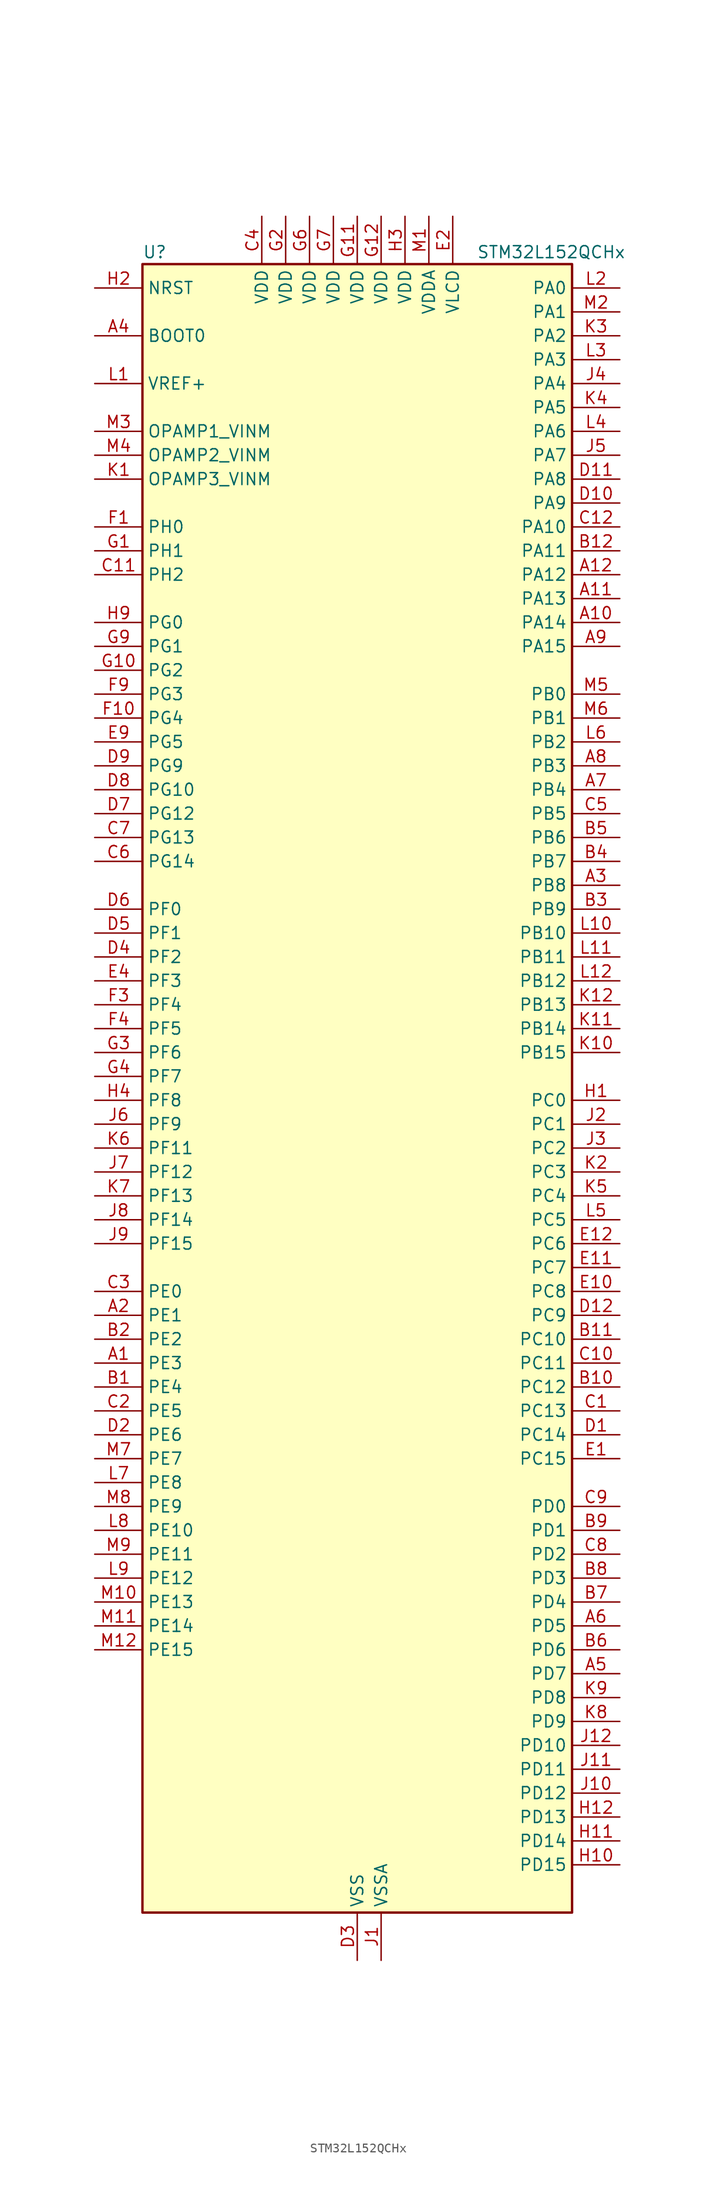
<source format=kicad_sym>
(kicad_symbol_lib
  (version 20231120)
  (generator "kicad-library-utils")
  (generator_version "8.0")
  (symbol "STM32L152QCHx"
    (property "Reference" "U"
      (at -22.86 90.17 0)
      (effects (font (size 1.27 1.27)) (justify left)))
    (property "Value" "STM32L152QCHx"
      (at 12.7 90.17 0)
      (effects (font (size 1.27 1.27)) (justify left)))
    (symbol "STM32L152QCHx_0_1"
      (rectangle (start -22.86 -86.36) (end 22.86 88.9) (stroke (width 0.254) (type default)) (fill (type background))))
    (symbol "STM32L152QCHx_1_1"
      (pin bidirectional line (at -27.94 -27.94 0) (length 5.08) (name "PE3" (effects (font (size 1.27 1.27)))) (number "A1" (effects (font (size 1.27 1.27)))) (alternate "LCD_SEG39" bidirectional line) (alternate "SYS_TRACED0" bidirectional line) (alternate "TIM3_CH1" bidirectional line) (alternate "TIMX_IC4" bidirectional line))
      (pin bidirectional line (at 27.94 50.8 180) (length 5.08) (name "PA14" (effects (font (size 1.27 1.27)))) (number "A10" (effects (font (size 1.27 1.27)))) (alternate "SYS_JTCK-SWCLK" bidirectional line) (alternate "TIMX_IC3" bidirectional line) (alternate "TS_G5_IO2" bidirectional line))
      (pin bidirectional line (at 27.94 53.34 180) (length 5.08) (name "PA13" (effects (font (size 1.27 1.27)))) (number "A11" (effects (font (size 1.27 1.27)))) (alternate "SYS_JTMS-SWDIO" bidirectional line) (alternate "TIMX_IC2" bidirectional line) (alternate "TS_G5_IO1" bidirectional line))
      (pin bidirectional line (at 27.94 55.88 180) (length 5.08) (name "PA12" (effects (font (size 1.27 1.27)))) (number "A12" (effects (font (size 1.27 1.27)))) (alternate "SPI1_MOSI" bidirectional line) (alternate "TIMX_IC1" bidirectional line) (alternate "USART1_RTS" bidirectional line) (alternate "USB_DP" bidirectional line))
      (pin bidirectional line (at -27.94 -22.86 0) (length 5.08) (name "PE1" (effects (font (size 1.27 1.27)))) (number "A2" (effects (font (size 1.27 1.27)))) (alternate "LCD_SEG37" bidirectional line) (alternate "TIM11_CH1" bidirectional line) (alternate "TIMX_IC2" bidirectional line))
      (pin bidirectional line (at 27.94 22.86 180) (length 5.08) (name "PB8" (effects (font (size 1.27 1.27)))) (number "A3" (effects (font (size 1.27 1.27)))) (alternate "I2C1_SCL" bidirectional line) (alternate "LCD_SEG16" bidirectional line) (alternate "TIM10_CH1" bidirectional line) (alternate "TIM4_CH3" bidirectional line))
      (pin input line (at -27.94 81.28 0) (length 5.08) (name "BOOT0" (effects (font (size 1.27 1.27)))) (number "A4" (effects (font (size 1.27 1.27)))))
      (pin bidirectional line (at 27.94 -60.96 180) (length 5.08) (name "PD7" (effects (font (size 1.27 1.27)))) (number "A5" (effects (font (size 1.27 1.27)))) (alternate "TIM9_CH2" bidirectional line) (alternate "TIMX_IC4" bidirectional line) (alternate "USART2_CK" bidirectional line))
      (pin bidirectional line (at 27.94 -55.88 180) (length 5.08) (name "PD5" (effects (font (size 1.27 1.27)))) (number "A6" (effects (font (size 1.27 1.27)))) (alternate "TIMX_IC2" bidirectional line) (alternate "USART2_TX" bidirectional line))
      (pin bidirectional line (at 27.94 33.02 180) (length 5.08) (name "PB4" (effects (font (size 1.27 1.27)))) (number "A7" (effects (font (size 1.27 1.27)))) (alternate "COMP2_INP" bidirectional line) (alternate "LCD_SEG8" bidirectional line) (alternate "SPI1_MISO" bidirectional line) (alternate "SPI3_MISO" bidirectional line) (alternate "SYS_JTRST" bidirectional line) (alternate "TIM3_CH1" bidirectional line) (alternate "TS_G6_IO1" bidirectional line))
      (pin bidirectional line (at 27.94 35.56 180) (length 5.08) (name "PB3" (effects (font (size 1.27 1.27)))) (number "A8" (effects (font (size 1.27 1.27)))) (alternate "COMP2_INM" bidirectional line) (alternate "I2S3_CK" bidirectional line) (alternate "LCD_SEG7" bidirectional line) (alternate "SPI1_SCK" bidirectional line) (alternate "SPI3_SCK" bidirectional line) (alternate "SYS_JTDO-TRACESWO" bidirectional line) (alternate "TIM2_CH2" bidirectional line))
      (pin bidirectional line (at 27.94 48.26 180) (length 5.08) (name "PA15" (effects (font (size 1.27 1.27)))) (number "A9" (effects (font (size 1.27 1.27)))) (alternate "ADC_EXTI15" bidirectional line) (alternate "I2S3_WS" bidirectional line) (alternate "LCD_SEG17" bidirectional line) (alternate "SPI1_NSS" bidirectional line) (alternate "SPI3_NSS" bidirectional line) (alternate "SYS_JTDI" bidirectional line) (alternate "TIM2_CH1" bidirectional line) (alternate "TIM2_ETR" bidirectional line) (alternate "TIMX_IC4" bidirectional line) (alternate "TS_G5_IO3" bidirectional line))
      (pin bidirectional line (at -27.94 -30.48 0) (length 5.08) (name "PE4" (effects (font (size 1.27 1.27)))) (number "B1" (effects (font (size 1.27 1.27)))) (alternate "SYS_TRACED1" bidirectional line) (alternate "TIM3_CH2" bidirectional line) (alternate "TIMX_IC1" bidirectional line))
      (pin bidirectional line (at 27.94 -30.48 180) (length 5.08) (name "PC12" (effects (font (size 1.27 1.27)))) (number "B10" (effects (font (size 1.27 1.27)))) (alternate "I2S3_SD" bidirectional line) (alternate "LCD_COM6" bidirectional line) (alternate "LCD_SEG30" bidirectional line) (alternate "LCD_SEG42" bidirectional line) (alternate "SPI3_MOSI" bidirectional line) (alternate "TIMX_IC1" bidirectional line) (alternate "USART3_CK" bidirectional line))
      (pin bidirectional line (at 27.94 -25.4 180) (length 5.08) (name "PC10" (effects (font (size 1.27 1.27)))) (number "B11" (effects (font (size 1.27 1.27)))) (alternate "I2S3_CK" bidirectional line) (alternate "LCD_COM4" bidirectional line) (alternate "LCD_SEG28" bidirectional line) (alternate "LCD_SEG40" bidirectional line) (alternate "SPI3_SCK" bidirectional line) (alternate "TIMX_IC3" bidirectional line) (alternate "USART3_TX" bidirectional line))
      (pin bidirectional line (at 27.94 58.42 180) (length 5.08) (name "PA11" (effects (font (size 1.27 1.27)))) (number "B12" (effects (font (size 1.27 1.27)))) (alternate "ADC_EXTI11" bidirectional line) (alternate "SPI1_MISO" bidirectional line) (alternate "TIMX_IC4" bidirectional line) (alternate "USART1_CTS" bidirectional line) (alternate "USB_DM" bidirectional line))
      (pin bidirectional line (at -27.94 -25.4 0) (length 5.08) (name "PE2" (effects (font (size 1.27 1.27)))) (number "B2" (effects (font (size 1.27 1.27)))) (alternate "LCD_SEG38" bidirectional line) (alternate "SYS_TRACECK" bidirectional line) (alternate "TIM3_ETR" bidirectional line) (alternate "TIMX_IC3" bidirectional line))
      (pin bidirectional line (at 27.94 20.32 180) (length 5.08) (name "PB9" (effects (font (size 1.27 1.27)))) (number "B3" (effects (font (size 1.27 1.27)))) (alternate "DAC_EXTI9" bidirectional line) (alternate "I2C1_SDA" bidirectional line) (alternate "LCD_COM3" bidirectional line) (alternate "TIM11_CH1" bidirectional line) (alternate "TIM4_CH4" bidirectional line))
      (pin bidirectional line (at 27.94 25.4 180) (length 5.08) (name "PB7" (effects (font (size 1.27 1.27)))) (number "B4" (effects (font (size 1.27 1.27)))) (alternate "COMP2_INP" bidirectional line) (alternate "I2C1_SDA" bidirectional line) (alternate "SYS_PVD_IN" bidirectional line) (alternate "TIM4_CH2" bidirectional line) (alternate "TS_G6_IO4" bidirectional line) (alternate "USART1_RX" bidirectional line))
      (pin bidirectional line (at 27.94 27.94 180) (length 5.08) (name "PB6" (effects (font (size 1.27 1.27)))) (number "B5" (effects (font (size 1.27 1.27)))) (alternate "COMP2_INP" bidirectional line) (alternate "I2C1_SCL" bidirectional line) (alternate "TIM4_CH1" bidirectional line) (alternate "TS_G6_IO3" bidirectional line) (alternate "USART1_TX" bidirectional line))
      (pin bidirectional line (at 27.94 -58.42 180) (length 5.08) (name "PD6" (effects (font (size 1.27 1.27)))) (number "B6" (effects (font (size 1.27 1.27)))) (alternate "TIMX_IC3" bidirectional line) (alternate "USART2_RX" bidirectional line))
      (pin bidirectional line (at 27.94 -53.34 180) (length 5.08) (name "PD4" (effects (font (size 1.27 1.27)))) (number "B7" (effects (font (size 1.27 1.27)))) (alternate "I2S2_SD" bidirectional line) (alternate "SPI2_MOSI" bidirectional line) (alternate "TIMX_IC1" bidirectional line) (alternate "USART2_RTS" bidirectional line))
      (pin bidirectional line (at 27.94 -50.8 180) (length 5.08) (name "PD3" (effects (font (size 1.27 1.27)))) (number "B8" (effects (font (size 1.27 1.27)))) (alternate "SPI2_MISO" bidirectional line) (alternate "TIMX_IC4" bidirectional line) (alternate "USART2_CTS" bidirectional line))
      (pin bidirectional line (at 27.94 -45.72 180) (length 5.08) (name "PD1" (effects (font (size 1.27 1.27)))) (number "B9" (effects (font (size 1.27 1.27)))) (alternate "I2S2_CK" bidirectional line) (alternate "SPI2_SCK" bidirectional line) (alternate "TIMX_IC2" bidirectional line))
      (pin bidirectional line (at 27.94 -33.02 180) (length 5.08) (name "PC13" (effects (font (size 1.27 1.27)))) (number "C1" (effects (font (size 1.27 1.27)))) (alternate "RTC_OUT_ALARM" bidirectional line) (alternate "RTC_OUT_CALIB" bidirectional line) (alternate "RTC_TAMP1" bidirectional line) (alternate "RTC_TS" bidirectional line) (alternate "SYS_WKUP2" bidirectional line) (alternate "TIMX_IC2" bidirectional line))
      (pin bidirectional line (at 27.94 -27.94 180) (length 5.08) (name "PC11" (effects (font (size 1.27 1.27)))) (number "C10" (effects (font (size 1.27 1.27)))) (alternate "ADC_EXTI11" bidirectional line) (alternate "LCD_COM5" bidirectional line) (alternate "LCD_SEG29" bidirectional line) (alternate "LCD_SEG41" bidirectional line) (alternate "SPI3_MISO" bidirectional line) (alternate "TIMX_IC4" bidirectional line) (alternate "USART3_RX" bidirectional line))
      (pin bidirectional line (at -27.94 55.88 0) (length 5.08) (name "PH2" (effects (font (size 1.27 1.27)))) (number "C11" (effects (font (size 1.27 1.27)))))
      (pin bidirectional line (at 27.94 60.96 180) (length 5.08) (name "PA10" (effects (font (size 1.27 1.27)))) (number "C12" (effects (font (size 1.27 1.27)))) (alternate "LCD_COM2" bidirectional line) (alternate "TIMX_IC3" bidirectional line) (alternate "TS_G4_IO3" bidirectional line) (alternate "USART1_RX" bidirectional line))
      (pin bidirectional line (at -27.94 -33.02 0) (length 5.08) (name "PE5" (effects (font (size 1.27 1.27)))) (number "C2" (effects (font (size 1.27 1.27)))) (alternate "SYS_TRACED2" bidirectional line) (alternate "TIM9_CH1" bidirectional line) (alternate "TIMX_IC2" bidirectional line))
      (pin bidirectional line (at -27.94 -20.32 0) (length 5.08) (name "PE0" (effects (font (size 1.27 1.27)))) (number "C3" (effects (font (size 1.27 1.27)))) (alternate "LCD_SEG36" bidirectional line) (alternate "TIM10_CH1" bidirectional line) (alternate "TIM4_ETR" bidirectional line) (alternate "TIMX_IC1" bidirectional line))
      (pin power_in line (at -10.16 93.98 270) (length 5.08) (name "VDD" (effects (font (size 1.27 1.27)))) (number "C4" (effects (font (size 1.27 1.27)))))
      (pin bidirectional line (at 27.94 30.48 180) (length 5.08) (name "PB5" (effects (font (size 1.27 1.27)))) (number "C5" (effects (font (size 1.27 1.27)))) (alternate "COMP2_INP" bidirectional line) (alternate "I2C1_SMBA" bidirectional line) (alternate "I2S3_SD" bidirectional line) (alternate "LCD_SEG9" bidirectional line) (alternate "SPI1_MOSI" bidirectional line) (alternate "SPI3_MOSI" bidirectional line) (alternate "TIM3_CH2" bidirectional line) (alternate "TS_G6_IO2" bidirectional line))
      (pin bidirectional line (at -27.94 25.4 0) (length 5.08) (name "PG14" (effects (font (size 1.27 1.27)))) (number "C6" (effects (font (size 1.27 1.27)))))
      (pin bidirectional line (at -27.94 27.94 0) (length 5.08) (name "PG13" (effects (font (size 1.27 1.27)))) (number "C7" (effects (font (size 1.27 1.27)))))
      (pin bidirectional line (at 27.94 -48.26 180) (length 5.08) (name "PD2" (effects (font (size 1.27 1.27)))) (number "C8" (effects (font (size 1.27 1.27)))) (alternate "LCD_COM7" bidirectional line) (alternate "LCD_SEG31" bidirectional line) (alternate "LCD_SEG43" bidirectional line) (alternate "TIM3_ETR" bidirectional line) (alternate "TIMX_IC3" bidirectional line))
      (pin bidirectional line (at 27.94 -43.18 180) (length 5.08) (name "PD0" (effects (font (size 1.27 1.27)))) (number "C9" (effects (font (size 1.27 1.27)))) (alternate "I2S2_WS" bidirectional line) (alternate "SPI2_NSS" bidirectional line) (alternate "TIM9_CH1" bidirectional line) (alternate "TIMX_IC1" bidirectional line))
      (pin bidirectional line (at 27.94 -35.56 180) (length 5.08) (name "PC14" (effects (font (size 1.27 1.27)))) (number "D1" (effects (font (size 1.27 1.27)))) (alternate "RCC_OSC32_IN" bidirectional line) (alternate "TIMX_IC3" bidirectional line))
      (pin bidirectional line (at 27.94 63.5 180) (length 5.08) (name "PA9" (effects (font (size 1.27 1.27)))) (number "D10" (effects (font (size 1.27 1.27)))) (alternate "DAC_EXTI9" bidirectional line) (alternate "LCD_COM1" bidirectional line) (alternate "TIMX_IC2" bidirectional line) (alternate "TS_G4_IO2" bidirectional line) (alternate "USART1_TX" bidirectional line))
      (pin bidirectional line (at 27.94 66.04 180) (length 5.08) (name "PA8" (effects (font (size 1.27 1.27)))) (number "D11" (effects (font (size 1.27 1.27)))) (alternate "LCD_COM0" bidirectional line) (alternate "RCC_MCO" bidirectional line) (alternate "TIMX_IC1" bidirectional line) (alternate "TS_G4_IO1" bidirectional line) (alternate "USART1_CK" bidirectional line))
      (pin bidirectional line (at 27.94 -22.86 180) (length 5.08) (name "PC9" (effects (font (size 1.27 1.27)))) (number "D12" (effects (font (size 1.27 1.27)))) (alternate "DAC_EXTI9" bidirectional line) (alternate "LCD_SEG27" bidirectional line) (alternate "TIM3_CH4" bidirectional line) (alternate "TIMX_IC2" bidirectional line) (alternate "TS_G10_IO4" bidirectional line))
      (pin bidirectional line (at -27.94 -35.56 0) (length 5.08) (name "PE6" (effects (font (size 1.27 1.27)))) (number "D2" (effects (font (size 1.27 1.27)))) (alternate "RTC_TAMP3" bidirectional line) (alternate "SYS_TRACED3" bidirectional line) (alternate "SYS_WKUP3" bidirectional line) (alternate "TIM9_CH2" bidirectional line) (alternate "TIMX_IC3" bidirectional line))
      (pin power_in line (at 0 -91.44 90) (length 5.08) (name "VSS" (effects (font (size 1.27 1.27)))) (number "D3" (effects (font (size 1.27 1.27)))))
      (pin bidirectional line (at -27.94 15.24 0) (length 5.08) (name "PF2" (effects (font (size 1.27 1.27)))) (number "D4" (effects (font (size 1.27 1.27)))))
      (pin bidirectional line (at -27.94 17.78 0) (length 5.08) (name "PF1" (effects (font (size 1.27 1.27)))) (number "D5" (effects (font (size 1.27 1.27)))))
      (pin bidirectional line (at -27.94 20.32 0) (length 5.08) (name "PF0" (effects (font (size 1.27 1.27)))) (number "D6" (effects (font (size 1.27 1.27)))))
      (pin bidirectional line (at -27.94 30.48 0) (length 5.08) (name "PG12" (effects (font (size 1.27 1.27)))) (number "D7" (effects (font (size 1.27 1.27)))))
      (pin bidirectional line (at -27.94 33.02 0) (length 5.08) (name "PG10" (effects (font (size 1.27 1.27)))) (number "D8" (effects (font (size 1.27 1.27)))))
      (pin bidirectional line (at -27.94 35.56 0) (length 5.08) (name "PG9" (effects (font (size 1.27 1.27)))) (number "D9" (effects (font (size 1.27 1.27)))) (alternate "DAC_EXTI9" bidirectional line))
      (pin bidirectional line (at 27.94 -38.1 180) (length 5.08) (name "PC15" (effects (font (size 1.27 1.27)))) (number "E1" (effects (font (size 1.27 1.27)))) (alternate "ADC_EXTI15" bidirectional line) (alternate "RCC_OSC32_OUT" bidirectional line) (alternate "TIMX_IC4" bidirectional line))
      (pin bidirectional line (at 27.94 -20.32 180) (length 5.08) (name "PC8" (effects (font (size 1.27 1.27)))) (number "E10" (effects (font (size 1.27 1.27)))) (alternate "LCD_SEG26" bidirectional line) (alternate "TIM3_CH3" bidirectional line) (alternate "TIMX_IC1" bidirectional line) (alternate "TS_G10_IO3" bidirectional line))
      (pin bidirectional line (at 27.94 -17.78 180) (length 5.08) (name "PC7" (effects (font (size 1.27 1.27)))) (number "E11" (effects (font (size 1.27 1.27)))) (alternate "I2S3_MCK" bidirectional line) (alternate "LCD_SEG25" bidirectional line) (alternate "TIM3_CH2" bidirectional line) (alternate "TIMX_IC4" bidirectional line) (alternate "TS_G10_IO2" bidirectional line))
      (pin bidirectional line (at 27.94 -15.24 180) (length 5.08) (name "PC6" (effects (font (size 1.27 1.27)))) (number "E12" (effects (font (size 1.27 1.27)))) (alternate "I2S2_MCK" bidirectional line) (alternate "LCD_SEG24" bidirectional line) (alternate "TIM3_CH1" bidirectional line) (alternate "TIMX_IC3" bidirectional line) (alternate "TS_G10_IO1" bidirectional line))
      (pin power_in line (at 10.16 93.98 270) (length 5.08) (name "VLCD" (effects (font (size 1.27 1.27)))) (number "E2" (effects (font (size 1.27 1.27)))))
      (pin passive line (at 0 -91.44 90) (length 5.08) hide (name "VSS" (effects (font (size 1.27 1.27)))) (number "E3" (effects (font (size 1.27 1.27)))))
      (pin bidirectional line (at -27.94 12.7 0) (length 5.08) (name "PF3" (effects (font (size 1.27 1.27)))) (number "E4" (effects (font (size 1.27 1.27)))))
      (pin bidirectional line (at -27.94 38.1 0) (length 5.08) (name "PG5" (effects (font (size 1.27 1.27)))) (number "E9" (effects (font (size 1.27 1.27)))))
      (pin bidirectional line (at -27.94 60.96 0) (length 5.08) (name "PH0" (effects (font (size 1.27 1.27)))) (number "F1" (effects (font (size 1.27 1.27)))) (alternate "RCC_OSC_IN" bidirectional line))
      (pin bidirectional line (at -27.94 40.64 0) (length 5.08) (name "PG4" (effects (font (size 1.27 1.27)))) (number "F10" (effects (font (size 1.27 1.27)))) (alternate "ADC_IN12b" bidirectional line) (alternate "TS_G7_IO7" bidirectional line))
      (pin passive line (at 0 -91.44 90) (length 5.08) hide (name "VSS" (effects (font (size 1.27 1.27)))) (number "F11" (effects (font (size 1.27 1.27)))))
      (pin passive line (at 0 -91.44 90) (length 5.08) hide (name "VSS" (effects (font (size 1.27 1.27)))) (number "F12" (effects (font (size 1.27 1.27)))))
      (pin passive line (at 0 -91.44 90) (length 5.08) hide (name "VSS" (effects (font (size 1.27 1.27)))) (number "F2" (effects (font (size 1.27 1.27)))))
      (pin bidirectional line (at -27.94 10.16 0) (length 5.08) (name "PF4" (effects (font (size 1.27 1.27)))) (number "F3" (effects (font (size 1.27 1.27)))))
      (pin bidirectional line (at -27.94 7.62 0) (length 5.08) (name "PF5" (effects (font (size 1.27 1.27)))) (number "F4" (effects (font (size 1.27 1.27)))))
      (pin passive line (at 0 -91.44 90) (length 5.08) hide (name "VSS" (effects (font (size 1.27 1.27)))) (number "F6" (effects (font (size 1.27 1.27)))))
      (pin passive line (at 0 -91.44 90) (length 5.08) hide (name "VSS" (effects (font (size 1.27 1.27)))) (number "F7" (effects (font (size 1.27 1.27)))))
      (pin bidirectional line (at -27.94 43.18 0) (length 5.08) (name "PG3" (effects (font (size 1.27 1.27)))) (number "F9" (effects (font (size 1.27 1.27)))) (alternate "ADC_IN11b" bidirectional line) (alternate "TS_G7_IO6" bidirectional line))
      (pin bidirectional line (at -27.94 58.42 0) (length 5.08) (name "PH1" (effects (font (size 1.27 1.27)))) (number "G1" (effects (font (size 1.27 1.27)))) (alternate "RCC_OSC_OUT" bidirectional line))
      (pin bidirectional line (at -27.94 45.72 0) (length 5.08) (name "PG2" (effects (font (size 1.27 1.27)))) (number "G10" (effects (font (size 1.27 1.27)))) (alternate "ADC_IN10b" bidirectional line) (alternate "TS_G7_IO5" bidirectional line))
      (pin power_in line (at 0 93.98 270) (length 5.08) (name "VDD" (effects (font (size 1.27 1.27)))) (number "G11" (effects (font (size 1.27 1.27)))))
      (pin power_in line (at 2.54 93.98 270) (length 5.08) (name "VDD" (effects (font (size 1.27 1.27)))) (number "G12" (effects (font (size 1.27 1.27)))))
      (pin power_in line (at -7.62 93.98 270) (length 5.08) (name "VDD" (effects (font (size 1.27 1.27)))) (number "G2" (effects (font (size 1.27 1.27)))))
      (pin bidirectional line (at -27.94 5.08 0) (length 5.08) (name "PF6" (effects (font (size 1.27 1.27)))) (number "G3" (effects (font (size 1.27 1.27)))) (alternate "ADC_IN27" bidirectional line) (alternate "TIM5_CH1" bidirectional line) (alternate "TIM5_ETR" bidirectional line) (alternate "TS_G11_IO1" bidirectional line))
      (pin bidirectional line (at -27.94 2.54 0) (length 5.08) (name "PF7" (effects (font (size 1.27 1.27)))) (number "G4" (effects (font (size 1.27 1.27)))) (alternate "ADC_IN28" bidirectional line) (alternate "COMP1_INP" bidirectional line) (alternate "TIM5_CH2" bidirectional line) (alternate "TS_G11_IO2" bidirectional line))
      (pin power_in line (at -5.08 93.98 270) (length 5.08) (name "VDD" (effects (font (size 1.27 1.27)))) (number "G6" (effects (font (size 1.27 1.27)))))
      (pin power_in line (at -2.54 93.98 270) (length 5.08) (name "VDD" (effects (font (size 1.27 1.27)))) (number "G7" (effects (font (size 1.27 1.27)))))
      (pin bidirectional line (at -27.94 48.26 0) (length 5.08) (name "PG1" (effects (font (size 1.27 1.27)))) (number "G9" (effects (font (size 1.27 1.27)))) (alternate "ADC_IN9b" bidirectional line) (alternate "TS_G2_IO5" bidirectional line))
      (pin bidirectional line (at 27.94 0 180) (length 5.08) (name "PC0" (effects (font (size 1.27 1.27)))) (number "H1" (effects (font (size 1.27 1.27)))) (alternate "ADC_IN10" bidirectional line) (alternate "COMP1_INP" bidirectional line) (alternate "LCD_SEG18" bidirectional line) (alternate "TIMX_IC1" bidirectional line) (alternate "TS_G8_IO1" bidirectional line))
      (pin bidirectional line (at 27.94 -81.28 180) (length 5.08) (name "PD15" (effects (font (size 1.27 1.27)))) (number "H10" (effects (font (size 1.27 1.27)))) (alternate "ADC_EXTI15" bidirectional line) (alternate "LCD_SEG35" bidirectional line) (alternate "TIM4_CH4" bidirectional line) (alternate "TIMX_IC4" bidirectional line))
      (pin bidirectional line (at 27.94 -78.74 180) (length 5.08) (name "PD14" (effects (font (size 1.27 1.27)))) (number "H11" (effects (font (size 1.27 1.27)))) (alternate "LCD_SEG34" bidirectional line) (alternate "TIM4_CH3" bidirectional line) (alternate "TIMX_IC3" bidirectional line))
      (pin bidirectional line (at 27.94 -76.2 180) (length 5.08) (name "PD13" (effects (font (size 1.27 1.27)))) (number "H12" (effects (font (size 1.27 1.27)))) (alternate "LCD_SEG33" bidirectional line) (alternate "TIM4_CH2" bidirectional line) (alternate "TIMX_IC2" bidirectional line))
      (pin input line (at -27.94 86.36 0) (length 5.08) (name "NRST" (effects (font (size 1.27 1.27)))) (number "H2" (effects (font (size 1.27 1.27)))))
      (pin power_in line (at 5.08 93.98 270) (length 5.08) (name "VDD" (effects (font (size 1.27 1.27)))) (number "H3" (effects (font (size 1.27 1.27)))))
      (pin bidirectional line (at -27.94 0 0) (length 5.08) (name "PF8" (effects (font (size 1.27 1.27)))) (number "H4" (effects (font (size 1.27 1.27)))) (alternate "ADC_IN29" bidirectional line) (alternate "COMP1_INP" bidirectional line) (alternate "TIM5_CH3" bidirectional line) (alternate "TS_G11_IO3" bidirectional line))
      (pin bidirectional line (at -27.94 50.8 0) (length 5.08) (name "PG0" (effects (font (size 1.27 1.27)))) (number "H9" (effects (font (size 1.27 1.27)))) (alternate "ADC_IN8b" bidirectional line) (alternate "TS_G2_IO4" bidirectional line))
      (pin power_in line (at 2.54 -91.44 90) (length 5.08) (name "VSSA" (effects (font (size 1.27 1.27)))) (number "J1" (effects (font (size 1.27 1.27)))))
      (pin bidirectional line (at 27.94 -73.66 180) (length 5.08) (name "PD12" (effects (font (size 1.27 1.27)))) (number "J10" (effects (font (size 1.27 1.27)))) (alternate "LCD_SEG32" bidirectional line) (alternate "TIM4_CH1" bidirectional line) (alternate "TIMX_IC1" bidirectional line) (alternate "USART3_RTS" bidirectional line))
      (pin bidirectional line (at 27.94 -71.12 180) (length 5.08) (name "PD11" (effects (font (size 1.27 1.27)))) (number "J11" (effects (font (size 1.27 1.27)))) (alternate "ADC_EXTI11" bidirectional line) (alternate "LCD_SEG31" bidirectional line) (alternate "TIMX_IC4" bidirectional line) (alternate "USART3_CTS" bidirectional line))
      (pin bidirectional line (at 27.94 -68.58 180) (length 5.08) (name "PD10" (effects (font (size 1.27 1.27)))) (number "J12" (effects (font (size 1.27 1.27)))) (alternate "LCD_SEG30" bidirectional line) (alternate "TIMX_IC3" bidirectional line) (alternate "USART3_CK" bidirectional line))
      (pin bidirectional line (at 27.94 -2.54 180) (length 5.08) (name "PC1" (effects (font (size 1.27 1.27)))) (number "J2" (effects (font (size 1.27 1.27)))) (alternate "ADC_IN11" bidirectional line) (alternate "COMP1_INP" bidirectional line) (alternate "LCD_SEG19" bidirectional line) (alternate "TIMX_IC2" bidirectional line) (alternate "TS_G8_IO2" bidirectional line))
      (pin bidirectional line (at 27.94 -5.08 180) (length 5.08) (name "PC2" (effects (font (size 1.27 1.27)))) (number "J3" (effects (font (size 1.27 1.27)))) (alternate "ADC_IN12" bidirectional line) (alternate "COMP1_INP" bidirectional line) (alternate "LCD_SEG20" bidirectional line) (alternate "TIMX_IC3" bidirectional line) (alternate "TS_G8_IO3" bidirectional line))
      (pin bidirectional line (at 27.94 76.2 180) (length 5.08) (name "PA4" (effects (font (size 1.27 1.27)))) (number "J4" (effects (font (size 1.27 1.27)))) (alternate "ADC_IN4" bidirectional line) (alternate "COMP1_INP" bidirectional line) (alternate "DAC_OUT1" bidirectional line) (alternate "I2S3_WS" bidirectional line) (alternate "SPI1_NSS" bidirectional line) (alternate "SPI3_NSS" bidirectional line) (alternate "TIMX_IC1" bidirectional line) (alternate "USART2_CK" bidirectional line))
      (pin bidirectional line (at 27.94 68.58 180) (length 5.08) (name "PA7" (effects (font (size 1.27 1.27)))) (number "J5" (effects (font (size 1.27 1.27)))) (alternate "ADC_IN7" bidirectional line) (alternate "COMP1_INP" bidirectional line) (alternate "LCD_SEG4" bidirectional line) (alternate "SPI1_MOSI" bidirectional line) (alternate "TIM11_CH1" bidirectional line) (alternate "TIM3_CH2" bidirectional line) (alternate "TIMX_IC4" bidirectional line) (alternate "TS_G2_IO2" bidirectional line))
      (pin bidirectional line (at -27.94 -2.54 0) (length 5.08) (name "PF9" (effects (font (size 1.27 1.27)))) (number "J6" (effects (font (size 1.27 1.27)))) (alternate "ADC_IN30" bidirectional line) (alternate "COMP1_INP" bidirectional line) (alternate "DAC_EXTI9" bidirectional line) (alternate "TIM5_CH4" bidirectional line) (alternate "TS_G11_IO4" bidirectional line))
      (pin bidirectional line (at -27.94 -7.62 0) (length 5.08) (name "PF12" (effects (font (size 1.27 1.27)))) (number "J7" (effects (font (size 1.27 1.27)))) (alternate "ADC_IN2b" bidirectional line) (alternate "TS_G3_IO5" bidirectional line))
      (pin bidirectional line (at -27.94 -12.7 0) (length 5.08) (name "PF14" (effects (font (size 1.27 1.27)))) (number "J8" (effects (font (size 1.27 1.27)))) (alternate "ADC_IN6b" bidirectional line) (alternate "TS_G9_IO4" bidirectional line))
      (pin bidirectional line (at -27.94 -15.24 0) (length 5.08) (name "PF15" (effects (font (size 1.27 1.27)))) (number "J9" (effects (font (size 1.27 1.27)))) (alternate "ADC_EXTI15" bidirectional line) (alternate "ADC_IN7b" bidirectional line) (alternate "TS_G2_IO3" bidirectional line))
      (pin input line (at -27.94 66.04 0) (length 5.08) (name "OPAMP3_VINM" (effects (font (size 1.27 1.27)))) (number "K1" (effects (font (size 1.27 1.27)))))
      (pin bidirectional line (at 27.94 5.08 180) (length 5.08) (name "PB15" (effects (font (size 1.27 1.27)))) (number "K10" (effects (font (size 1.27 1.27)))) (alternate "ADC_EXTI15" bidirectional line) (alternate "ADC_IN21" bidirectional line) (alternate "COMP1_INP" bidirectional line) (alternate "I2S2_SD" bidirectional line) (alternate "LCD_SEG15" bidirectional line) (alternate "RTC_REFIN" bidirectional line) (alternate "SPI2_MOSI" bidirectional line) (alternate "TIM11_CH1" bidirectional line) (alternate "TS_G7_IO4" bidirectional line))
      (pin bidirectional line (at 27.94 7.62 180) (length 5.08) (name "PB14" (effects (font (size 1.27 1.27)))) (number "K11" (effects (font (size 1.27 1.27)))) (alternate "ADC_IN20" bidirectional line) (alternate "COMP1_INP" bidirectional line) (alternate "LCD_SEG14" bidirectional line) (alternate "SPI2_MISO" bidirectional line) (alternate "TIM9_CH2" bidirectional line) (alternate "TS_G7_IO3" bidirectional line) (alternate "USART3_RTS" bidirectional line))
      (pin bidirectional line (at 27.94 10.16 180) (length 5.08) (name "PB13" (effects (font (size 1.27 1.27)))) (number "K12" (effects (font (size 1.27 1.27)))) (alternate "ADC_IN19" bidirectional line) (alternate "COMP1_INP" bidirectional line) (alternate "I2S2_CK" bidirectional line) (alternate "LCD_SEG13" bidirectional line) (alternate "SPI2_SCK" bidirectional line) (alternate "TIM9_CH1" bidirectional line) (alternate "TS_G7_IO2" bidirectional line) (alternate "USART3_CTS" bidirectional line))
      (pin bidirectional line (at 27.94 -7.62 180) (length 5.08) (name "PC3" (effects (font (size 1.27 1.27)))) (number "K2" (effects (font (size 1.27 1.27)))) (alternate "ADC_IN13" bidirectional line) (alternate "COMP1_INP" bidirectional line) (alternate "LCD_SEG21" bidirectional line) (alternate "TIMX_IC4" bidirectional line) (alternate "TS_G8_IO4" bidirectional line))
      (pin bidirectional line (at 27.94 81.28 180) (length 5.08) (name "PA2" (effects (font (size 1.27 1.27)))) (number "K3" (effects (font (size 1.27 1.27)))) (alternate "ADC_IN2" bidirectional line) (alternate "COMP1_INP" bidirectional line) (alternate "LCD_SEG1" bidirectional line) (alternate "TIM2_CH3" bidirectional line) (alternate "TIM5_CH3" bidirectional line) (alternate "TIM9_CH1" bidirectional line) (alternate "TIMX_IC3" bidirectional line) (alternate "TS_G1_IO3" bidirectional line) (alternate "USART2_TX" bidirectional line))
      (pin bidirectional line (at 27.94 73.66 180) (length 5.08) (name "PA5" (effects (font (size 1.27 1.27)))) (number "K4" (effects (font (size 1.27 1.27)))) (alternate "ADC_IN5" bidirectional line) (alternate "COMP1_INP" bidirectional line) (alternate "DAC_OUT2" bidirectional line) (alternate "SPI1_SCK" bidirectional line) (alternate "TIM2_CH1" bidirectional line) (alternate "TIM2_ETR" bidirectional line) (alternate "TIMX_IC2" bidirectional line))
      (pin bidirectional line (at 27.94 -10.16 180) (length 5.08) (name "PC4" (effects (font (size 1.27 1.27)))) (number "K5" (effects (font (size 1.27 1.27)))) (alternate "ADC_IN14" bidirectional line) (alternate "COMP1_INP" bidirectional line) (alternate "LCD_SEG22" bidirectional line) (alternate "TIMX_IC1" bidirectional line) (alternate "TS_G9_IO1" bidirectional line))
      (pin bidirectional line (at -27.94 -5.08 0) (length 5.08) (name "PF11" (effects (font (size 1.27 1.27)))) (number "K6" (effects (font (size 1.27 1.27)))) (alternate "ADC_EXTI11" bidirectional line) (alternate "ADC_IN1b" bidirectional line) (alternate "TS_G3_IO4" bidirectional line))
      (pin bidirectional line (at -27.94 -10.16 0) (length 5.08) (name "PF13" (effects (font (size 1.27 1.27)))) (number "K7" (effects (font (size 1.27 1.27)))) (alternate "ADC_IN3b" bidirectional line) (alternate "TS_G9_IO3" bidirectional line))
      (pin bidirectional line (at 27.94 -66.04 180) (length 5.08) (name "PD9" (effects (font (size 1.27 1.27)))) (number "K8" (effects (font (size 1.27 1.27)))) (alternate "DAC_EXTI9" bidirectional line) (alternate "LCD_SEG29" bidirectional line) (alternate "TIMX_IC2" bidirectional line) (alternate "USART3_RX" bidirectional line))
      (pin bidirectional line (at 27.94 -63.5 180) (length 5.08) (name "PD8" (effects (font (size 1.27 1.27)))) (number "K9" (effects (font (size 1.27 1.27)))) (alternate "LCD_SEG28" bidirectional line) (alternate "TIMX_IC1" bidirectional line) (alternate "USART3_TX" bidirectional line))
      (pin input line (at -27.94 76.2 0) (length 5.08) (name "VREF+" (effects (font (size 1.27 1.27)))) (number "L1" (effects (font (size 1.27 1.27)))))
      (pin bidirectional line (at 27.94 17.78 180) (length 5.08) (name "PB10" (effects (font (size 1.27 1.27)))) (number "L10" (effects (font (size 1.27 1.27)))) (alternate "I2C2_SCL" bidirectional line) (alternate "LCD_SEG10" bidirectional line) (alternate "TIM2_CH3" bidirectional line) (alternate "USART3_TX" bidirectional line))
      (pin bidirectional line (at 27.94 15.24 180) (length 5.08) (name "PB11" (effects (font (size 1.27 1.27)))) (number "L11" (effects (font (size 1.27 1.27)))) (alternate "ADC_EXTI11" bidirectional line) (alternate "I2C2_SDA" bidirectional line) (alternate "LCD_SEG11" bidirectional line) (alternate "TIM2_CH4" bidirectional line) (alternate "USART3_RX" bidirectional line))
      (pin bidirectional line (at 27.94 12.7 180) (length 5.08) (name "PB12" (effects (font (size 1.27 1.27)))) (number "L12" (effects (font (size 1.27 1.27)))) (alternate "ADC_IN18" bidirectional line) (alternate "COMP1_INP" bidirectional line) (alternate "I2C2_SMBA" bidirectional line) (alternate "I2S2_WS" bidirectional line) (alternate "LCD_SEG12" bidirectional line) (alternate "SPI2_NSS" bidirectional line) (alternate "TIM10_CH1" bidirectional line) (alternate "TS_G7_IO1" bidirectional line) (alternate "USART3_CK" bidirectional line))
      (pin bidirectional line (at 27.94 86.36 180) (length 5.08) (name "PA0" (effects (font (size 1.27 1.27)))) (number "L2" (effects (font (size 1.27 1.27)))) (alternate "ADC_IN0" bidirectional line) (alternate "COMP1_INP" bidirectional line) (alternate "RTC_TAMP2" bidirectional line) (alternate "SYS_WKUP1" bidirectional line) (alternate "TIM2_CH1" bidirectional line) (alternate "TIM2_ETR" bidirectional line) (alternate "TIM5_CH1" bidirectional line) (alternate "TIMX_IC1" bidirectional line) (alternate "TS_G1_IO1" bidirectional line) (alternate "USART2_CTS" bidirectional line))
      (pin bidirectional line (at 27.94 78.74 180) (length 5.08) (name "PA3" (effects (font (size 1.27 1.27)))) (number "L3" (effects (font (size 1.27 1.27)))) (alternate "ADC_IN3" bidirectional line) (alternate "COMP1_INP" bidirectional line) (alternate "LCD_SEG2" bidirectional line) (alternate "OPAMP1_VOUT" bidirectional line) (alternate "TIM2_CH4" bidirectional line) (alternate "TIM5_CH4" bidirectional line) (alternate "TIM9_CH2" bidirectional line) (alternate "TIMX_IC4" bidirectional line) (alternate "TS_G1_IO4" bidirectional line) (alternate "USART2_RX" bidirectional line))
      (pin bidirectional line (at 27.94 71.12 180) (length 5.08) (name "PA6" (effects (font (size 1.27 1.27)))) (number "L4" (effects (font (size 1.27 1.27)))) (alternate "ADC_IN6" bidirectional line) (alternate "COMP1_INP" bidirectional line) (alternate "LCD_SEG3" bidirectional line) (alternate "OPAMP2_VINP" bidirectional line) (alternate "SPI1_MISO" bidirectional line) (alternate "TIM10_CH1" bidirectional line) (alternate "TIM3_CH1" bidirectional line) (alternate "TIMX_IC3" bidirectional line) (alternate "TS_G2_IO1" bidirectional line))
      (pin bidirectional line (at 27.94 -12.7 180) (length 5.08) (name "PC5" (effects (font (size 1.27 1.27)))) (number "L5" (effects (font (size 1.27 1.27)))) (alternate "ADC_IN15" bidirectional line) (alternate "COMP1_INP" bidirectional line) (alternate "LCD_SEG23" bidirectional line) (alternate "TIMX_IC2" bidirectional line) (alternate "TS_G9_IO2" bidirectional line))
      (pin bidirectional line (at 27.94 38.1 180) (length 5.08) (name "PB2" (effects (font (size 1.27 1.27)))) (number "L6" (effects (font (size 1.27 1.27)))) (alternate "ADC_IN0b" bidirectional line) (alternate "TS_G3_IO3" bidirectional line))
      (pin bidirectional line (at -27.94 -40.64 0) (length 5.08) (name "PE8" (effects (font (size 1.27 1.27)))) (number "L7" (effects (font (size 1.27 1.27)))) (alternate "ADC_IN23" bidirectional line) (alternate "COMP1_INP" bidirectional line) (alternate "TIMX_IC1" bidirectional line))
      (pin bidirectional line (at -27.94 -45.72 0) (length 5.08) (name "PE10" (effects (font (size 1.27 1.27)))) (number "L8" (effects (font (size 1.27 1.27)))) (alternate "ADC_IN25" bidirectional line) (alternate "COMP1_INP" bidirectional line) (alternate "TIM2_CH2" bidirectional line) (alternate "TIMX_IC3" bidirectional line))
      (pin bidirectional line (at -27.94 -50.8 0) (length 5.08) (name "PE12" (effects (font (size 1.27 1.27)))) (number "L9" (effects (font (size 1.27 1.27)))) (alternate "SPI1_NSS" bidirectional line) (alternate "TIM2_CH4" bidirectional line) (alternate "TIMX_IC1" bidirectional line))
      (pin power_in line (at 7.62 93.98 270) (length 5.08) (name "VDDA" (effects (font (size 1.27 1.27)))) (number "M1" (effects (font (size 1.27 1.27)))))
      (pin bidirectional line (at -27.94 -53.34 0) (length 5.08) (name "PE13" (effects (font (size 1.27 1.27)))) (number "M10" (effects (font (size 1.27 1.27)))) (alternate "SPI1_SCK" bidirectional line) (alternate "TIMX_IC2" bidirectional line))
      (pin bidirectional line (at -27.94 -55.88 0) (length 5.08) (name "PE14" (effects (font (size 1.27 1.27)))) (number "M11" (effects (font (size 1.27 1.27)))) (alternate "SPI1_MISO" bidirectional line) (alternate "TIMX_IC3" bidirectional line))
      (pin bidirectional line (at -27.94 -58.42 0) (length 5.08) (name "PE15" (effects (font (size 1.27 1.27)))) (number "M12" (effects (font (size 1.27 1.27)))) (alternate "ADC_EXTI15" bidirectional line) (alternate "SPI1_MOSI" bidirectional line) (alternate "TIMX_IC4" bidirectional line))
      (pin bidirectional line (at 27.94 83.82 180) (length 5.08) (name "PA1" (effects (font (size 1.27 1.27)))) (number "M2" (effects (font (size 1.27 1.27)))) (alternate "ADC_IN1" bidirectional line) (alternate "COMP1_INP" bidirectional line) (alternate "LCD_SEG0" bidirectional line) (alternate "OPAMP1_VINP" bidirectional line) (alternate "TIM2_CH2" bidirectional line) (alternate "TIM5_CH2" bidirectional line) (alternate "TIMX_IC2" bidirectional line) (alternate "TS_G1_IO2" bidirectional line) (alternate "USART2_RTS" bidirectional line))
      (pin input line (at -27.94 71.12 0) (length 5.08) (name "OPAMP1_VINM" (effects (font (size 1.27 1.27)))) (number "M3" (effects (font (size 1.27 1.27)))) (alternate "OPAMP1_VINM" bidirectional line))
      (pin input line (at -27.94 68.58 0) (length 5.08) (name "OPAMP2_VINM" (effects (font (size 1.27 1.27)))) (number "M4" (effects (font (size 1.27 1.27)))) (alternate "OPAMP2_VINM" bidirectional line))
      (pin bidirectional line (at 27.94 43.18 180) (length 5.08) (name "PB0" (effects (font (size 1.27 1.27)))) (number "M5" (effects (font (size 1.27 1.27)))) (alternate "ADC_IN8" bidirectional line) (alternate "COMP1_INP" bidirectional line) (alternate "LCD_SEG5" bidirectional line) (alternate "OPAMP2_VOUT" bidirectional line) (alternate "SYS_V_REF_OUT" bidirectional line) (alternate "TIM3_CH3" bidirectional line) (alternate "TS_G3_IO1" bidirectional line))
      (pin bidirectional line (at 27.94 40.64 180) (length 5.08) (name "PB1" (effects (font (size 1.27 1.27)))) (number "M6" (effects (font (size 1.27 1.27)))) (alternate "ADC_IN9" bidirectional line) (alternate "COMP1_INP" bidirectional line) (alternate "LCD_SEG6" bidirectional line) (alternate "SYS_V_REF_OUT" bidirectional line) (alternate "TIM3_CH4" bidirectional line) (alternate "TS_G3_IO2" bidirectional line))
      (pin bidirectional line (at -27.94 -38.1 0) (length 5.08) (name "PE7" (effects (font (size 1.27 1.27)))) (number "M7" (effects (font (size 1.27 1.27)))) (alternate "ADC_IN22" bidirectional line) (alternate "COMP1_INP" bidirectional line) (alternate "TIMX_IC4" bidirectional line))
      (pin bidirectional line (at -27.94 -43.18 0) (length 5.08) (name "PE9" (effects (font (size 1.27 1.27)))) (number "M8" (effects (font (size 1.27 1.27)))) (alternate "ADC_IN24" bidirectional line) (alternate "COMP1_INP" bidirectional line) (alternate "DAC_EXTI9" bidirectional line) (alternate "TIM2_CH1" bidirectional line) (alternate "TIM2_ETR" bidirectional line) (alternate "TIMX_IC2" bidirectional line))
      (pin bidirectional line (at -27.94 -48.26 0) (length 5.08) (name "PE11" (effects (font (size 1.27 1.27)))) (number "M9" (effects (font (size 1.27 1.27)))) (alternate "ADC_EXTI11" bidirectional line) (alternate "TIM2_CH3" bidirectional line) (alternate "TIMX_IC4" bidirectional line)))))
</source>
